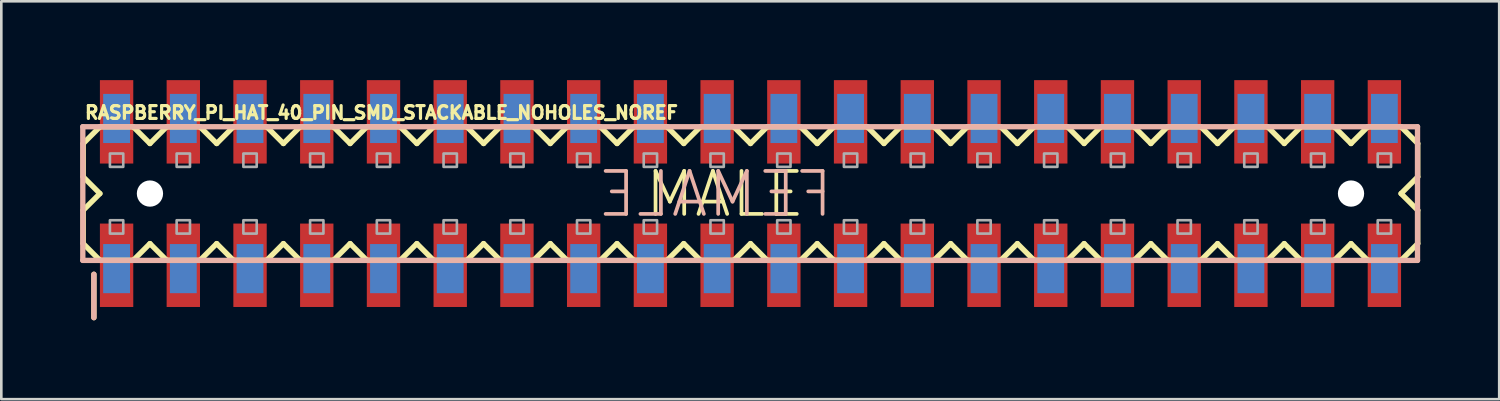
<source format=kicad_pcb>
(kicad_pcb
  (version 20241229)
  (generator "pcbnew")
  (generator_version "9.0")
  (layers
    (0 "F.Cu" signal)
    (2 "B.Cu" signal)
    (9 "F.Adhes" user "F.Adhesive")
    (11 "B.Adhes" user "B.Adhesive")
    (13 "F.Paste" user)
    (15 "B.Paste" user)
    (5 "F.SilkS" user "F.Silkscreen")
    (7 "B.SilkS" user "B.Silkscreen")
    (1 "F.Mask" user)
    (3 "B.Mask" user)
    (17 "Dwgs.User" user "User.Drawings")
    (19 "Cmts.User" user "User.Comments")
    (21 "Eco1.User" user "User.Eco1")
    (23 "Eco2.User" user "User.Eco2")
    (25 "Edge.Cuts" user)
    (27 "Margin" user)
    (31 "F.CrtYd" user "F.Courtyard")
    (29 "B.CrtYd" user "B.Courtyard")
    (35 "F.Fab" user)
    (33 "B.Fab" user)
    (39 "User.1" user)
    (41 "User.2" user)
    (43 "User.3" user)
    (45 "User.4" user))
  (footprint "RASPBERRY_PI_HAT_40_PIN_SMD_STACKABLE_NOHOLES_NOREF"
    (layer "F.Cu")
    (at 1.388 5.588)
    (property "Reference" "RASPBERRY_PI_HAT_40_PIN_SMD_STACKABLE_NOHOLES_NOREF" (at -1.27 -4.064 0) (layer "F.SilkS") (effects (font (size 0.488 0.488) (thickness 0.122)) (justify left bottom)))
    (fp_line (start -1.27 -3.175) (end -1.27 -1.905) (stroke (width 0.203) (type solid)) (layer "F.SilkS"))
    (fp_line (start -1.27 -3.175) (end -0.635 -3.81) (stroke (width 0.203) (type solid)) (layer "F.SilkS"))
    (fp_line (start -1.27 -1.905) (end -0.635 -1.27) (stroke (width 0.203) (type solid)) (layer "F.SilkS"))
    (fp_line (start -1.27 -0.635) (end -1.27 0.635) (stroke (width 0.203) (type solid)) (layer "F.SilkS"))
    (fp_line (start -1.27 0.635) (end -0.635 1.27) (stroke (width 0.203) (type solid)) (layer "F.SilkS"))
    (fp_line (start -0.864 3.454) (end -0.864 1.803) (stroke (width 0.203) (type solid)) (layer "F.SilkS"))
    (fp_line (start -0.635 -3.81) (end 0.635 -3.81) (stroke (width 0.203) (type solid)) (layer "F.SilkS"))
    (fp_line (start -0.635 -1.27) (end -1.27 -0.635) (stroke (width 0.203) (type solid)) (layer "F.SilkS"))
    (fp_line (start 0.635 -3.81) (end 1.27 -3.175) (stroke (width 0.203) (type solid)) (layer "F.SilkS"))
    (fp_line (start 0.635 1.27) (end -0.635 1.27) (stroke (width 0.203) (type solid)) (layer "F.SilkS"))
    (fp_line (start 1.27 -3.175) (end 1.905 -3.81) (stroke (width 0.203) (type solid)) (layer "F.SilkS"))
    (fp_line (start 1.27 0.635) (end 0.635 1.27) (stroke (width 0.203) (type solid)) (layer "F.SilkS"))
    (fp_line (start 1.905 -3.81) (end 3.175 -3.81) (stroke (width 0.203) (type solid)) (layer "F.SilkS"))
    (fp_line (start 1.905 1.27) (end 1.27 0.635) (stroke (width 0.203) (type solid)) (layer "F.SilkS"))
    (fp_line (start 3.175 -3.81) (end 3.81 -3.175) (stroke (width 0.203) (type solid)) (layer "F.SilkS"))
    (fp_line (start 3.175 1.27) (end 1.905 1.27) (stroke (width 0.203) (type solid)) (layer "F.SilkS"))
    (fp_line (start 3.81 -3.175) (end 4.445 -3.81) (stroke (width 0.203) (type solid)) (layer "F.SilkS"))
    (fp_line (start 3.81 0.635) (end 3.175 1.27) (stroke (width 0.203) (type solid)) (layer "F.SilkS"))
    (fp_line (start 4.445 -3.81) (end 5.715 -3.81) (stroke (width 0.203) (type solid)) (layer "F.SilkS"))
    (fp_line (start 4.445 1.27) (end 3.81 0.635) (stroke (width 0.203) (type solid)) (layer "F.SilkS"))
    (fp_line (start 5.715 -3.81) (end 6.35 -3.175) (stroke (width 0.203) (type solid)) (layer "F.SilkS"))
    (fp_line (start 5.715 1.27) (end 4.445 1.27) (stroke (width 0.203) (type solid)) (layer "F.SilkS"))
    (fp_line (start 6.35 0.635) (end 5.715 1.27) (stroke (width 0.203) (type solid)) (layer "F.SilkS"))
    (fp_line (start 6.35 0.635) (end 6.985 1.27) (stroke (width 0.203) (type solid)) (layer "F.SilkS"))
    (fp_line (start 6.985 -3.81) (end 6.35 -3.175) (stroke (width 0.203) (type solid)) (layer "F.SilkS"))
    (fp_line (start 6.985 -3.81) (end 8.255 -3.81) (stroke (width 0.203) (type solid)) (layer "F.SilkS"))
    (fp_line (start 8.255 -3.81) (end 8.89 -3.175) (stroke (width 0.203) (type solid)) (layer "F.SilkS"))
    (fp_line (start 8.255 1.27) (end 6.985 1.27) (stroke (width 0.203) (type solid)) (layer "F.SilkS"))
    (fp_line (start 8.89 -3.175) (end 9.525 -3.81) (stroke (width 0.203) (type solid)) (layer "F.SilkS"))
    (fp_line (start 8.89 0.635) (end 8.255 1.27) (stroke (width 0.203) (type solid)) (layer "F.SilkS"))
    (fp_line (start 9.525 -3.81) (end 10.795 -3.81) (stroke (width 0.203) (type solid)) (layer "F.SilkS"))
    (fp_line (start 9.525 1.27) (end 8.89 0.635) (stroke (width 0.203) (type solid)) (layer "F.SilkS"))
    (fp_line (start 10.795 -3.81) (end 11.43 -3.175) (stroke (width 0.203) (type solid)) (layer "F.SilkS"))
    (fp_line (start 10.795 1.27) (end 9.525 1.27) (stroke (width 0.203) (type solid)) (layer "F.SilkS"))
    (fp_line (start 11.43 -3.175) (end 12.065 -3.81) (stroke (width 0.203) (type solid)) (layer "F.SilkS"))
    (fp_line (start 11.43 0.635) (end 10.795 1.27) (stroke (width 0.203) (type solid)) (layer "F.SilkS"))
    (fp_line (start 12.065 -3.81) (end 13.335 -3.81) (stroke (width 0.203) (type solid)) (layer "F.SilkS"))
    (fp_line (start 12.065 1.27) (end 11.43 0.635) (stroke (width 0.203) (type solid)) (layer "F.SilkS"))
    (fp_line (start 13.335 -3.81) (end 13.97 -3.175) (stroke (width 0.203) (type solid)) (layer "F.SilkS"))
    (fp_line (start 13.335 1.27) (end 12.065 1.27) (stroke (width 0.203) (type solid)) (layer "F.SilkS"))
    (fp_line (start 13.97 0.635) (end 13.335 1.27) (stroke (width 0.203) (type solid)) (layer "F.SilkS"))
    (fp_line (start 13.97 0.635) (end 14.605 1.27) (stroke (width 0.203) (type solid)) (layer "F.SilkS"))
    (fp_line (start 14.605 -3.81) (end 13.97 -3.175) (stroke (width 0.203) (type solid)) (layer "F.SilkS"))
    (fp_line (start 14.605 -3.81) (end 15.875 -3.81) (stroke (width 0.203) (type solid)) (layer "F.SilkS"))
    (fp_line (start 15.875 -3.81) (end 16.51 -3.175) (stroke (width 0.203) (type solid)) (layer "F.SilkS"))
    (fp_line (start 15.875 1.27) (end 14.605 1.27) (stroke (width 0.203) (type solid)) (layer "F.SilkS"))
    (fp_line (start 16.51 0.635) (end 15.875 1.27) (stroke (width 0.203) (type solid)) (layer "F.SilkS"))
    (fp_line (start 16.51 0.635) (end 17.145 1.27) (stroke (width 0.203) (type solid)) (layer "F.SilkS"))
    (fp_line (start 17.145 -3.81) (end 16.51 -3.175) (stroke (width 0.203) (type solid)) (layer "F.SilkS"))
    (fp_line (start 17.145 -3.81) (end 18.415 -3.81) (stroke (width 0.203) (type solid)) (layer "F.SilkS"))
    (fp_line (start 18.415 -3.81) (end 19.05 -3.175) (stroke (width 0.203) (type solid)) (layer "F.SilkS"))
    (fp_line (start 18.415 1.27) (end 17.145 1.27) (stroke (width 0.203) (type solid)) (layer "F.SilkS"))
    (fp_line (start 19.05 -3.175) (end 19.685 -3.81) (stroke (width 0.203) (type solid)) (layer "F.SilkS"))
    (fp_line (start 19.05 0.635) (end 18.415 1.27) (stroke (width 0.203) (type solid)) (layer "F.SilkS"))
    (fp_line (start 19.685 -3.81) (end 20.955 -3.81) (stroke (width 0.203) (type solid)) (layer "F.SilkS"))
    (fp_line (start 19.685 1.27) (end 19.05 0.635) (stroke (width 0.203) (type solid)) (layer "F.SilkS"))
    (fp_line (start 20.955 -3.81) (end 21.59 -3.175) (stroke (width 0.203) (type solid)) (layer "F.SilkS"))
    (fp_line (start 20.955 1.27) (end 19.685 1.27) (stroke (width 0.203) (type solid)) (layer "F.SilkS"))
    (fp_line (start 21.59 -3.175) (end 22.225 -3.81) (stroke (width 0.203) (type solid)) (layer "F.SilkS"))
    (fp_line (start 21.59 0.635) (end 20.955 1.27) (stroke (width 0.203) (type solid)) (layer "F.SilkS"))
    (fp_line (start 22.225 -3.81) (end 23.495 -3.81) (stroke (width 0.203) (type solid)) (layer "F.SilkS"))
    (fp_line (start 22.225 1.27) (end 21.59 0.635) (stroke (width 0.203) (type solid)) (layer "F.SilkS"))
    (fp_line (start 23.495 -3.81) (end 24.13 -3.175) (stroke (width 0.203) (type solid)) (layer "F.SilkS"))
    (fp_line (start 23.495 1.27) (end 22.225 1.27) (stroke (width 0.203) (type solid)) (layer "F.SilkS"))
    (fp_line (start 24.13 0.635) (end 23.495 1.27) (stroke (width 0.203) (type solid)) (layer "F.SilkS"))
    (fp_line (start 24.13 0.635) (end 24.765 1.27) (stroke (width 0.203) (type solid)) (layer "F.SilkS"))
    (fp_line (start 24.765 -3.81) (end 24.13 -3.175) (stroke (width 0.203) (type solid)) (layer "F.SilkS"))
    (fp_line (start 24.765 -3.81) (end 26.035 -3.81) (stroke (width 0.203) (type solid)) (layer "F.SilkS"))
    (fp_line (start 26.035 -3.81) (end 26.67 -3.175) (stroke (width 0.203) (type solid)) (layer "F.SilkS"))
    (fp_line (start 26.035 1.27) (end 24.765 1.27) (stroke (width 0.203) (type solid)) (layer "F.SilkS"))
    (fp_line (start 26.67 -3.175) (end 27.305 -3.81) (stroke (width 0.203) (type solid)) (layer "F.SilkS"))
    (fp_line (start 26.67 0.635) (end 26.035 1.27) (stroke (width 0.203) (type solid)) (layer "F.SilkS"))
    (fp_line (start 27.305 -3.81) (end 28.575 -3.81) (stroke (width 0.203) (type solid)) (layer "F.SilkS"))
    (fp_line (start 27.305 1.27) (end 26.67 0.635) (stroke (width 0.203) (type solid)) (layer "F.SilkS"))
    (fp_line (start 28.575 -3.81) (end 29.21 -3.175) (stroke (width 0.203) (type solid)) (layer "F.SilkS"))
    (fp_line (start 28.575 1.27) (end 27.305 1.27) (stroke (width 0.203) (type solid)) (layer "F.SilkS"))
    (fp_line (start 29.21 -3.175) (end 29.845 -3.81) (stroke (width 0.203) (type solid)) (layer "F.SilkS"))
    (fp_line (start 29.21 0.635) (end 28.575 1.27) (stroke (width 0.203) (type solid)) (layer "F.SilkS"))
    (fp_line (start 29.845 -3.81) (end 31.115 -3.81) (stroke (width 0.203) (type solid)) (layer "F.SilkS"))
    (fp_line (start 29.845 1.27) (end 29.21 0.635) (stroke (width 0.203) (type solid)) (layer "F.SilkS"))
    (fp_line (start 31.115 -3.81) (end 31.75 -3.175) (stroke (width 0.203) (type solid)) (layer "F.SilkS"))
    (fp_line (start 31.115 1.27) (end 29.845 1.27) (stroke (width 0.203) (type solid)) (layer "F.SilkS"))
    (fp_line (start 31.75 0.635) (end 31.115 1.27) (stroke (width 0.203) (type solid)) (layer "F.SilkS"))
    (fp_line (start 32.385 -3.81) (end 31.75 -3.175) (stroke (width 0.203) (type solid)) (layer "F.SilkS"))
    (fp_line (start 32.385 -3.81) (end 33.655 -3.81) (stroke (width 0.203) (type solid)) (layer "F.SilkS"))
    (fp_line (start 32.385 1.27) (end 31.75 0.635) (stroke (width 0.203) (type solid)) (layer "F.SilkS"))
    (fp_line (start 33.655 -3.81) (end 34.29 -3.175) (stroke (width 0.203) (type solid)) (layer "F.SilkS"))
    (fp_line (start 33.655 1.27) (end 32.385 1.27) (stroke (width 0.203) (type solid)) (layer "F.SilkS"))
    (fp_line (start 34.29 0.635) (end 33.655 1.27) (stroke (width 0.203) (type solid)) (layer "F.SilkS"))
    (fp_line (start 34.925 -3.81) (end 34.29 -3.175) (stroke (width 0.203) (type solid)) (layer "F.SilkS"))
    (fp_line (start 34.925 -3.81) (end 36.195 -3.81) (stroke (width 0.203) (type solid)) (layer "F.SilkS"))
    (fp_line (start 34.925 1.27) (end 34.29 0.635) (stroke (width 0.203) (type solid)) (layer "F.SilkS"))
    (fp_line (start 36.195 -3.81) (end 36.83 -3.175) (stroke (width 0.203) (type solid)) (layer "F.SilkS"))
    (fp_line (start 36.195 1.27) (end 34.925 1.27) (stroke (width 0.203) (type solid)) (layer "F.SilkS"))
    (fp_line (start 36.83 -3.175) (end 37.465 -3.81) (stroke (width 0.203) (type solid)) (layer "F.SilkS"))
    (fp_line (start 36.83 0.635) (end 36.195 1.27) (stroke (width 0.203) (type solid)) (layer "F.SilkS"))
    (fp_line (start 37.465 -3.81) (end 38.735 -3.81) (stroke (width 0.203) (type solid)) (layer "F.SilkS"))
    (fp_line (start 37.465 1.27) (end 36.83 0.635) (stroke (width 0.203) (type solid)) (layer "F.SilkS"))
    (fp_line (start 38.735 -3.81) (end 39.37 -3.175) (stroke (width 0.203) (type solid)) (layer "F.SilkS"))
    (fp_line (start 38.735 1.27) (end 37.465 1.27) (stroke (width 0.203) (type solid)) (layer "F.SilkS"))
    (fp_line (start 38.735 1.27) (end 39.37 0.635) (stroke (width 0.203) (type solid)) (layer "F.SilkS"))
    (fp_line (start 39.37 -3.175) (end 40.005 -3.81) (stroke (width 0.203) (type solid)) (layer "F.SilkS"))
    (fp_line (start 40.005 -3.81) (end 41.275 -3.81) (stroke (width 0.203) (type solid)) (layer "F.SilkS"))
    (fp_line (start 40.005 1.27) (end 39.37 0.635) (stroke (width 0.203) (type solid)) (layer "F.SilkS"))
    (fp_line (start 41.275 -3.81) (end 41.91 -3.175) (stroke (width 0.203) (type solid)) (layer "F.SilkS"))
    (fp_line (start 41.275 1.27) (end 40.005 1.27) (stroke (width 0.203) (type solid)) (layer "F.SilkS"))
    (fp_line (start 41.91 0.635) (end 41.275 1.27) (stroke (width 0.203) (type solid)) (layer "F.SilkS"))
    (fp_line (start 42.545 -3.81) (end 41.91 -3.175) (stroke (width 0.203) (type solid)) (layer "F.SilkS"))
    (fp_line (start 42.545 -3.81) (end 43.815 -3.81) (stroke (width 0.203) (type solid)) (layer "F.SilkS"))
    (fp_line (start 42.545 1.27) (end 41.91 0.635) (stroke (width 0.203) (type solid)) (layer "F.SilkS"))
    (fp_line (start 43.815 -3.81) (end 44.45 -3.175) (stroke (width 0.203) (type solid)) (layer "F.SilkS"))
    (fp_line (start 43.815 1.27) (end 42.545 1.27) (stroke (width 0.203) (type solid)) (layer "F.SilkS"))
    (fp_line (start 44.45 -3.175) (end 45.085 -3.81) (stroke (width 0.203) (type solid)) (layer "F.SilkS"))
    (fp_line (start 44.45 0.635) (end 43.815 1.27) (stroke (width 0.203) (type solid)) (layer "F.SilkS"))
    (fp_line (start 45.085 -3.81) (end 46.355 -3.81) (stroke (width 0.203) (type solid)) (layer "F.SilkS"))
    (fp_line (start 45.085 1.27) (end 44.45 0.635) (stroke (width 0.203) (type solid)) (layer "F.SilkS"))
    (fp_line (start 46.355 -3.81) (end 46.99 -3.175) (stroke (width 0.203) (type solid)) (layer "F.SilkS"))
    (fp_line (start 46.355 1.27) (end 45.085 1.27) (stroke (width 0.203) (type solid)) (layer "F.SilkS"))
    (fp_line (start 46.355 1.27) (end 46.99 0.635) (stroke (width 0.203) (type solid)) (layer "F.SilkS"))
    (fp_line (start 46.99 -3.175) (end 47.625 -3.81) (stroke (width 0.203) (type solid)) (layer "F.SilkS"))
    (fp_line (start 47.625 -3.81) (end 48.895 -3.81) (stroke (width 0.203) (type solid)) (layer "F.SilkS"))
    (fp_line (start 47.625 1.27) (end 46.99 0.635) (stroke (width 0.203) (type solid)) (layer "F.SilkS"))
    (fp_line (start 48.895 -3.81) (end 49.53 -3.175) (stroke (width 0.203) (type solid)) (layer "F.SilkS"))
    (fp_line (start 48.895 -1.27) (end 49.53 -0.635) (stroke (width 0.203) (type solid)) (layer "F.SilkS"))
    (fp_line (start 48.895 1.27) (end 47.625 1.27) (stroke (width 0.203) (type solid)) (layer "F.SilkS"))
    (fp_line (start 48.895 1.27) (end 49.53 0.635) (stroke (width 0.203) (type solid)) (layer "F.SilkS"))
    (fp_line (start 49.53 -1.905) (end 48.895 -1.27) (stroke (width 0.203) (type solid)) (layer "F.SilkS"))
    (fp_line (start 49.53 -1.905) (end 49.53 -3.175) (stroke (width 0.203) (type solid)) (layer "F.SilkS"))
    (fp_line (start 49.53 0.635) (end 49.53 -0.635) (stroke (width 0.203) (type solid)) (layer "F.SilkS"))
    (fp_line (start -1.286 -3.814) (end 49.521 -3.814) (stroke (width 0.203) (type solid)) (layer "B.SilkS"))
    (fp_line (start -1.286 1.274) (end -1.286 -3.816) (stroke (width 0.203) (type solid)) (layer "B.SilkS"))
    (fp_line (start -0.864 3.454) (end -0.864 1.803) (stroke (width 0.203) (type solid)) (layer "B.SilkS"))
    (fp_line (start 49.521 -3.814) (end 49.521 1.274) (stroke (width 0.203) (type solid)) (layer "B.SilkS"))
    (fp_line (start 49.521 1.274) (end -1.286 1.274) (stroke (width 0.203) (type solid)) (layer "B.SilkS"))
    (fp_poly (pts (xy -0.254 0.254) (xy 0.254 0.254) (xy 0.254 -0.254) (xy -0.254 -0.254)) (stroke (width 0.1) (type solid)) (fill no) (layer "F.Fab"))
    (fp_poly (pts (xy 0.254 -2.794) (xy -0.254 -2.794) (xy -0.254 -2.286) (xy 0.254 -2.286)) (stroke (width 0.1) (type solid)) (fill no) (layer "F.Fab"))
    (fp_poly (pts (xy 2.286 0.254) (xy 2.794 0.254) (xy 2.794 -0.254) (xy 2.286 -0.254)) (stroke (width 0.1) (type solid)) (fill no) (layer "F.Fab"))
    (fp_poly (pts (xy 2.794 -2.794) (xy 2.286 -2.794) (xy 2.286 -2.286) (xy 2.794 -2.286)) (stroke (width 0.1) (type solid)) (fill no) (layer "F.Fab"))
    (fp_poly (pts (xy 4.826 0.254) (xy 5.334 0.254) (xy 5.334 -0.254) (xy 4.826 -0.254)) (stroke (width 0.1) (type solid)) (fill no) (layer "F.Fab"))
    (fp_poly (pts (xy 5.334 -2.794) (xy 4.826 -2.794) (xy 4.826 -2.286) (xy 5.334 -2.286)) (stroke (width 0.1) (type solid)) (fill no) (layer "F.Fab"))
    (fp_poly (pts (xy 7.366 0.254) (xy 7.874 0.254) (xy 7.874 -0.254) (xy 7.366 -0.254)) (stroke (width 0.1) (type solid)) (fill no) (layer "F.Fab"))
    (fp_poly (pts (xy 7.874 -2.794) (xy 7.366 -2.794) (xy 7.366 -2.286) (xy 7.874 -2.286)) (stroke (width 0.1) (type solid)) (fill no) (layer "F.Fab"))
    (fp_poly (pts (xy 9.906 0.254) (xy 10.414 0.254) (xy 10.414 -0.254) (xy 9.906 -0.254)) (stroke (width 0.1) (type solid)) (fill no) (layer "F.Fab"))
    (fp_poly (pts (xy 10.414 -2.794) (xy 9.906 -2.794) (xy 9.906 -2.286) (xy 10.414 -2.286)) (stroke (width 0.1) (type solid)) (fill no) (layer "F.Fab"))
    (fp_poly (pts (xy 12.446 0.254) (xy 12.954 0.254) (xy 12.954 -0.254) (xy 12.446 -0.254)) (stroke (width 0.1) (type solid)) (fill no) (layer "F.Fab"))
    (fp_poly (pts (xy 12.954 -2.794) (xy 12.446 -2.794) (xy 12.446 -2.286) (xy 12.954 -2.286)) (stroke (width 0.1) (type solid)) (fill no) (layer "F.Fab"))
    (fp_poly (pts (xy 14.986 0.254) (xy 15.494 0.254) (xy 15.494 -0.254) (xy 14.986 -0.254)) (stroke (width 0.1) (type solid)) (fill no) (layer "F.Fab"))
    (fp_poly (pts (xy 15.494 -2.794) (xy 14.986 -2.794) (xy 14.986 -2.286) (xy 15.494 -2.286)) (stroke (width 0.1) (type solid)) (fill no) (layer "F.Fab"))
    (fp_poly (pts (xy 17.526 0.254) (xy 18.034 0.254) (xy 18.034 -0.254) (xy 17.526 -0.254)) (stroke (width 0.1) (type solid)) (fill no) (layer "F.Fab"))
    (fp_poly (pts (xy 18.034 -2.794) (xy 17.526 -2.794) (xy 17.526 -2.286) (xy 18.034 -2.286)) (stroke (width 0.1) (type solid)) (fill no) (layer "F.Fab"))
    (fp_poly (pts (xy 20.066 0.254) (xy 20.574 0.254) (xy 20.574 -0.254) (xy 20.066 -0.254)) (stroke (width 0.1) (type solid)) (fill no) (layer "F.Fab"))
    (fp_poly (pts (xy 20.574 -2.794) (xy 20.066 -2.794) (xy 20.066 -2.286) (xy 20.574 -2.286)) (stroke (width 0.1) (type solid)) (fill no) (layer "F.Fab"))
    (fp_poly (pts (xy 22.606 0.254) (xy 23.114 0.254) (xy 23.114 -0.254) (xy 22.606 -0.254)) (stroke (width 0.1) (type solid)) (fill no) (layer "F.Fab"))
    (fp_poly (pts (xy 23.114 -2.794) (xy 22.606 -2.794) (xy 22.606 -2.286) (xy 23.114 -2.286)) (stroke (width 0.1) (type solid)) (fill no) (layer "F.Fab"))
    (fp_poly (pts (xy 25.146 0.254) (xy 25.654 0.254) (xy 25.654 -0.254) (xy 25.146 -0.254)) (stroke (width 0.1) (type solid)) (fill no) (layer "F.Fab"))
    (fp_poly (pts (xy 25.654 -2.794) (xy 25.146 -2.794) (xy 25.146 -2.286) (xy 25.654 -2.286)) (stroke (width 0.1) (type solid)) (fill no) (layer "F.Fab"))
    (fp_poly (pts (xy 27.686 0.254) (xy 28.194 0.254) (xy 28.194 -0.254) (xy 27.686 -0.254)) (stroke (width 0.1) (type solid)) (fill no) (layer "F.Fab"))
    (fp_poly (pts (xy 28.194 -2.794) (xy 27.686 -2.794) (xy 27.686 -2.286) (xy 28.194 -2.286)) (stroke (width 0.1) (type solid)) (fill no) (layer "F.Fab"))
    (fp_poly (pts (xy 30.226 0.254) (xy 30.734 0.254) (xy 30.734 -0.254) (xy 30.226 -0.254)) (stroke (width 0.1) (type solid)) (fill no) (layer "F.Fab"))
    (fp_poly (pts (xy 30.734 -2.794) (xy 30.226 -2.794) (xy 30.226 -2.286) (xy 30.734 -2.286)) (stroke (width 0.1) (type solid)) (fill no) (layer "F.Fab"))
    (fp_poly (pts (xy 33.274 -2.794) (xy 32.766 -2.794) (xy 32.766 -2.286) (xy 33.274 -2.286)) (stroke (width 0.1) (type solid)) (fill no) (layer "F.Fab"))
    (fp_poly (pts (xy 33.274 -0.254) (xy 32.766 -0.254) (xy 32.766 0.254) (xy 33.274 0.254)) (stroke (width 0.1) (type solid)) (fill no) (layer "F.Fab"))
    (fp_poly (pts (xy 35.814 -2.794) (xy 35.306 -2.794) (xy 35.306 -2.286) (xy 35.814 -2.286)) (stroke (width 0.1) (type solid)) (fill no) (layer "F.Fab"))
    (fp_poly (pts (xy 35.814 -0.254) (xy 35.306 -0.254) (xy 35.306 0.254) (xy 35.814 0.254)) (stroke (width 0.1) (type solid)) (fill no) (layer "F.Fab"))
    (fp_poly (pts (xy 38.354 -2.794) (xy 37.846 -2.794) (xy 37.846 -2.286) (xy 38.354 -2.286)) (stroke (width 0.1) (type solid)) (fill no) (layer "F.Fab"))
    (fp_poly (pts (xy 38.354 -0.254) (xy 37.846 -0.254) (xy 37.846 0.254) (xy 38.354 0.254)) (stroke (width 0.1) (type solid)) (fill no) (layer "F.Fab"))
    (fp_poly (pts (xy 40.894 -2.794) (xy 40.386 -2.794) (xy 40.386 -2.286) (xy 40.894 -2.286)) (stroke (width 0.1) (type solid)) (fill no) (layer "F.Fab"))
    (fp_poly (pts (xy 40.894 -0.254) (xy 40.386 -0.254) (xy 40.386 0.254) (xy 40.894 0.254)) (stroke (width 0.1) (type solid)) (fill no) (layer "F.Fab"))
    (fp_poly (pts (xy 43.434 -2.794) (xy 42.926 -2.794) (xy 42.926 -2.286) (xy 43.434 -2.286)) (stroke (width 0.1) (type solid)) (fill no) (layer "F.Fab"))
    (fp_poly (pts (xy 43.434 -0.254) (xy 42.926 -0.254) (xy 42.926 0.254) (xy 43.434 0.254)) (stroke (width 0.1) (type solid)) (fill no) (layer "F.Fab"))
    (fp_poly (pts (xy 45.974 -2.794) (xy 45.466 -2.794) (xy 45.466 -2.286) (xy 45.974 -2.286)) (stroke (width 0.1) (type solid)) (fill no) (layer "F.Fab"))
    (fp_poly (pts (xy 45.974 -0.254) (xy 45.466 -0.254) (xy 45.466 0.254) (xy 45.974 0.254)) (stroke (width 0.1) (type solid)) (fill no) (layer "F.Fab"))
    (fp_poly (pts (xy 48.514 -2.794) (xy 48.006 -2.794) (xy 48.006 -2.286) (xy 48.514 -2.286)) (stroke (width 0.1) (type solid)) (fill no) (layer "F.Fab"))
    (fp_poly (pts (xy 48.514 -0.254) (xy 48.006 -0.254) (xy 48.006 0.254) (xy 48.514 0.254)) (stroke (width 0.1) (type solid)) (fill no) (layer "F.Fab"))
    (fp_text user "MALE" (at 23.165 -1.245 0) (layer "F.SilkS") (effects (font (size 1.636 1.636) (thickness 0.142))))
    (fp_text user "FEMALE" (at 22.784 -1.245 0) (layer "B.SilkS") (effects (font (size 1.636 1.636) (thickness 0.142)) (justify mirror)))
    (pad "" np_thru_hole circle (at 1.27 -1.27) (size 1 1) (drill 1) (layers "*.Cu" "*.Mask"))
    (pad "" np_thru_hole circle (at 46.99 -1.27) (size 1 1) (drill 1) (layers "*.Cu" "*.Mask"))
    (pad "1" smd rect (at 0 1.46 90) (size 3.175 1.27) (layers "F.Cu" "F.Mask" "F.Paste"))
    (pad "1B" smd rect (at 0 1.587 270) (size 1.87 1.02) (layers "B.Cu" "B.Mask" "B.Paste"))
    (pad "2" smd rect (at 0 -4 90) (size 3.175 1.27) (layers "F.Cu" "F.Mask" "F.Paste"))
    (pad "2B" smd rect (at 0 -4.128 270) (size 1.87 1.02) (layers "B.Cu" "B.Mask" "B.Paste"))
    (pad "3" smd rect (at 2.54 1.46 90) (size 3.175 1.27) (layers "F.Cu" "F.Mask" "F.Paste"))
    (pad "3B" smd rect (at 2.54 1.587 270) (size 1.87 1.02) (layers "B.Cu" "B.Mask" "B.Paste"))
    (pad "4" smd rect (at 2.54 -4 90) (size 3.175 1.27) (layers "F.Cu" "F.Mask" "F.Paste"))
    (pad "4B" smd rect (at 2.54 -4.128 270) (size 1.87 1.02) (layers "B.Cu" "B.Mask" "B.Paste"))
    (pad "5" smd rect (at 5.08 1.46 90) (size 3.175 1.27) (layers "F.Cu" "F.Mask" "F.Paste"))
    (pad "5B" smd rect (at 5.08 1.587 270) (size 1.87 1.02) (layers "B.Cu" "B.Mask" "B.Paste"))
    (pad "6" smd rect (at 5.08 -4 90) (size 3.175 1.27) (layers "F.Cu" "F.Mask" "F.Paste"))
    (pad "6B" smd rect (at 5.08 -4.128 270) (size 1.87 1.02) (layers "B.Cu" "B.Mask" "B.Paste"))
    (pad "7" smd rect (at 7.62 1.46 90) (size 3.175 1.27) (layers "F.Cu" "F.Mask" "F.Paste"))
    (pad "7B" smd rect (at 7.62 1.587 270) (size 1.87 1.02) (layers "B.Cu" "B.Mask" "B.Paste"))
    (pad "8" smd rect (at 7.62 -4 90) (size 3.175 1.27) (layers "F.Cu" "F.Mask" "F.Paste"))
    (pad "8B" smd rect (at 7.62 -4.128 270) (size 1.87 1.02) (layers "B.Cu" "B.Mask" "B.Paste"))
    (pad "9" smd rect (at 10.16 1.46 90) (size 3.175 1.27) (layers "F.Cu" "F.Mask" "F.Paste"))
    (pad "9B" smd rect (at 10.16 1.587 270) (size 1.87 1.02) (layers "B.Cu" "B.Mask" "B.Paste"))
    (pad "10" smd rect (at 10.16 -4 90) (size 3.175 1.27) (layers "F.Cu" "F.Mask" "F.Paste"))
    (pad "10B" smd rect (at 10.16 -4.128 270) (size 1.87 1.02) (layers "B.Cu" "B.Mask" "B.Paste"))
    (pad "11" smd rect (at 12.7 1.46 90) (size 3.175 1.27) (layers "F.Cu" "F.Mask" "F.Paste"))
    (pad "11B" smd rect (at 12.7 1.587 270) (size 1.87 1.02) (layers "B.Cu" "B.Mask" "B.Paste"))
    (pad "12" smd rect (at 12.7 -4 90) (size 3.175 1.27) (layers "F.Cu" "F.Mask" "F.Paste"))
    (pad "12B" smd rect (at 12.7 -4.128 270) (size 1.87 1.02) (layers "B.Cu" "B.Mask" "B.Paste"))
    (pad "13" smd rect (at 15.24 1.46 90) (size 3.175 1.27) (layers "F.Cu" "F.Mask" "F.Paste"))
    (pad "13B" smd rect (at 15.24 1.587 270) (size 1.87 1.02) (layers "B.Cu" "B.Mask" "B.Paste"))
    (pad "14" smd rect (at 15.24 -4 90) (size 3.175 1.27) (layers "F.Cu" "F.Mask" "F.Paste"))
    (pad "14B" smd rect (at 15.24 -4.128 270) (size 1.87 1.02) (layers "B.Cu" "B.Mask" "B.Paste"))
    (pad "15" smd rect (at 17.78 1.46 90) (size 3.175 1.27) (layers "F.Cu" "F.Mask" "F.Paste"))
    (pad "15B" smd rect (at 17.78 1.587 270) (size 1.87 1.02) (layers "B.Cu" "B.Mask" "B.Paste"))
    (pad "16" smd rect (at 17.78 -4 90) (size 3.175 1.27) (layers "F.Cu" "F.Mask" "F.Paste"))
    (pad "16B" smd rect (at 17.78 -4.128 270) (size 1.87 1.02) (layers "B.Cu" "B.Mask" "B.Paste"))
    (pad "17" smd rect (at 20.32 1.46 90) (size 3.175 1.27) (layers "F.Cu" "F.Mask" "F.Paste"))
    (pad "17B" smd rect (at 20.32 1.587 270) (size 1.87 1.02) (layers "B.Cu" "B.Mask" "B.Paste"))
    (pad "18" smd rect (at 20.32 -4 90) (size 3.175 1.27) (layers "F.Cu" "F.Mask" "F.Paste"))
    (pad "18B" smd rect (at 20.32 -4.128 270) (size 1.87 1.02) (layers "B.Cu" "B.Mask" "B.Paste"))
    (pad "19" smd rect (at 22.86 1.46 90) (size 3.175 1.27) (layers "F.Cu" "F.Mask" "F.Paste"))
    (pad "19B" smd rect (at 22.86 1.587 270) (size 1.87 1.02) (layers "B.Cu" "B.Mask" "B.Paste"))
    (pad "20" smd rect (at 22.86 -4 90) (size 3.175 1.27) (layers "F.Cu" "F.Mask" "F.Paste"))
    (pad "20B" smd rect (at 22.86 -4.128 270) (size 1.87 1.02) (layers "B.Cu" "B.Mask" "B.Paste"))
    (pad "21" smd rect (at 25.4 1.46 90) (size 3.175 1.27) (layers "F.Cu" "F.Mask" "F.Paste"))
    (pad "21B" smd rect (at 25.4 1.587 270) (size 1.87 1.02) (layers "B.Cu" "B.Mask" "B.Paste"))
    (pad "22" smd rect (at 25.4 -4 90) (size 3.175 1.27) (layers "F.Cu" "F.Mask" "F.Paste"))
    (pad "22B" smd rect (at 25.4 -4.128 270) (size 1.87 1.02) (layers "B.Cu" "B.Mask" "B.Paste"))
    (pad "23" smd rect (at 27.94 1.46 90) (size 3.175 1.27) (layers "F.Cu" "F.Mask" "F.Paste"))
    (pad "23B" smd rect (at 27.94 1.587 270) (size 1.87 1.02) (layers "B.Cu" "B.Mask" "B.Paste"))
    (pad "24" smd rect (at 27.94 -4 90) (size 3.175 1.27) (layers "F.Cu" "F.Mask" "F.Paste"))
    (pad "24B" smd rect (at 27.94 -4.128 270) (size 1.87 1.02) (layers "B.Cu" "B.Mask" "B.Paste"))
    (pad "25" smd rect (at 30.48 1.46 90) (size 3.175 1.27) (layers "F.Cu" "F.Mask" "F.Paste"))
    (pad "25B" smd rect (at 30.48 1.587 270) (size 1.87 1.02) (layers "B.Cu" "B.Mask" "B.Paste"))
    (pad "26" smd rect (at 30.48 -4 90) (size 3.175 1.27) (layers "F.Cu" "F.Mask" "F.Paste"))
    (pad "26B" smd rect (at 30.48 -4.128 270) (size 1.87 1.02) (layers "B.Cu" "B.Mask" "B.Paste"))
    (pad "27" smd rect (at 33.02 1.46 90) (size 3.175 1.27) (layers "F.Cu" "F.Mask" "F.Paste"))
    (pad "27B" smd rect (at 33.02 1.587 270) (size 1.87 1.02) (layers "B.Cu" "B.Mask" "B.Paste"))
    (pad "28" smd rect (at 33.02 -4 90) (size 3.175 1.27) (layers "F.Cu" "F.Mask" "F.Paste"))
    (pad "28B" smd rect (at 33.02 -4.128 270) (size 1.87 1.02) (layers "B.Cu" "B.Mask" "B.Paste"))
    (pad "29" smd rect (at 35.56 1.46 90) (size 3.175 1.27) (layers "F.Cu" "F.Mask" "F.Paste"))
    (pad "29B" smd rect (at 35.56 1.587 270) (size 1.87 1.02) (layers "B.Cu" "B.Mask" "B.Paste"))
    (pad "30" smd rect (at 35.56 -4 90) (size 3.175 1.27) (layers "F.Cu" "F.Mask" "F.Paste"))
    (pad "30B" smd rect (at 35.56 -4.128 270) (size 1.87 1.02) (layers "B.Cu" "B.Mask" "B.Paste"))
    (pad "31" smd rect (at 38.1 1.46 90) (size 3.175 1.27) (layers "F.Cu" "F.Mask" "F.Paste"))
    (pad "31B" smd rect (at 38.1 1.587 270) (size 1.87 1.02) (layers "B.Cu" "B.Mask" "B.Paste"))
    (pad "32" smd rect (at 38.1 -4 90) (size 3.175 1.27) (layers "F.Cu" "F.Mask" "F.Paste"))
    (pad "32B" smd rect (at 38.1 -4.128 270) (size 1.87 1.02) (layers "B.Cu" "B.Mask" "B.Paste"))
    (pad "33" smd rect (at 40.64 1.46 90) (size 3.175 1.27) (layers "F.Cu" "F.Mask" "F.Paste"))
    (pad "33B" smd rect (at 40.64 1.587 270) (size 1.87 1.02) (layers "B.Cu" "B.Mask" "B.Paste"))
    (pad "34" smd rect (at 40.64 -4 90) (size 3.175 1.27) (layers "F.Cu" "F.Mask" "F.Paste"))
    (pad "34B" smd rect (at 40.64 -4.128 270) (size 1.87 1.02) (layers "B.Cu" "B.Mask" "B.Paste"))
    (pad "35" smd rect (at 43.18 1.46 90) (size 3.175 1.27) (layers "F.Cu" "F.Mask" "F.Paste"))
    (pad "35B" smd rect (at 43.18 1.587 270) (size 1.87 1.02) (layers "B.Cu" "B.Mask" "B.Paste"))
    (pad "36" smd rect (at 43.18 -4 90) (size 3.175 1.27) (layers "F.Cu" "F.Mask" "F.Paste"))
    (pad "36B" smd rect (at 43.18 -4.128 270) (size 1.87 1.02) (layers "B.Cu" "B.Mask" "B.Paste"))
    (pad "37" smd rect (at 45.72 1.46 90) (size 3.175 1.27) (layers "F.Cu" "F.Mask" "F.Paste"))
    (pad "37B" smd rect (at 45.72 1.587 270) (size 1.87 1.02) (layers "B.Cu" "B.Mask" "B.Paste"))
    (pad "38" smd rect (at 45.72 -4 90) (size 3.175 1.27) (layers "F.Cu" "F.Mask" "F.Paste"))
    (pad "38B" smd rect (at 45.72 -4.128 270) (size 1.87 1.02) (layers "B.Cu" "B.Mask" "B.Paste"))
    (pad "39" smd rect (at 48.26 1.46 90) (size 3.175 1.27) (layers "F.Cu" "F.Mask" "F.Paste"))
    (pad "39B" smd rect (at 48.26 1.587 270) (size 1.87 1.02) (layers "B.Cu" "B.Mask" "B.Paste"))
    (pad "40" smd rect (at 48.26 -4 90) (size 3.175 1.27) (layers "F.Cu" "F.Mask" "F.Paste"))
    (pad "40B" smd rect (at 48.26 -4.128 270) (size 1.87 1.02) (layers "B.Cu" "B.Mask" "B.Paste")))
  (gr_rect
    (start -3 -3)
    (end 54.019 12.144)
    (stroke (width 0.1) (type default))
    (fill no)
    (layer "Edge.Cuts")))
</source>
